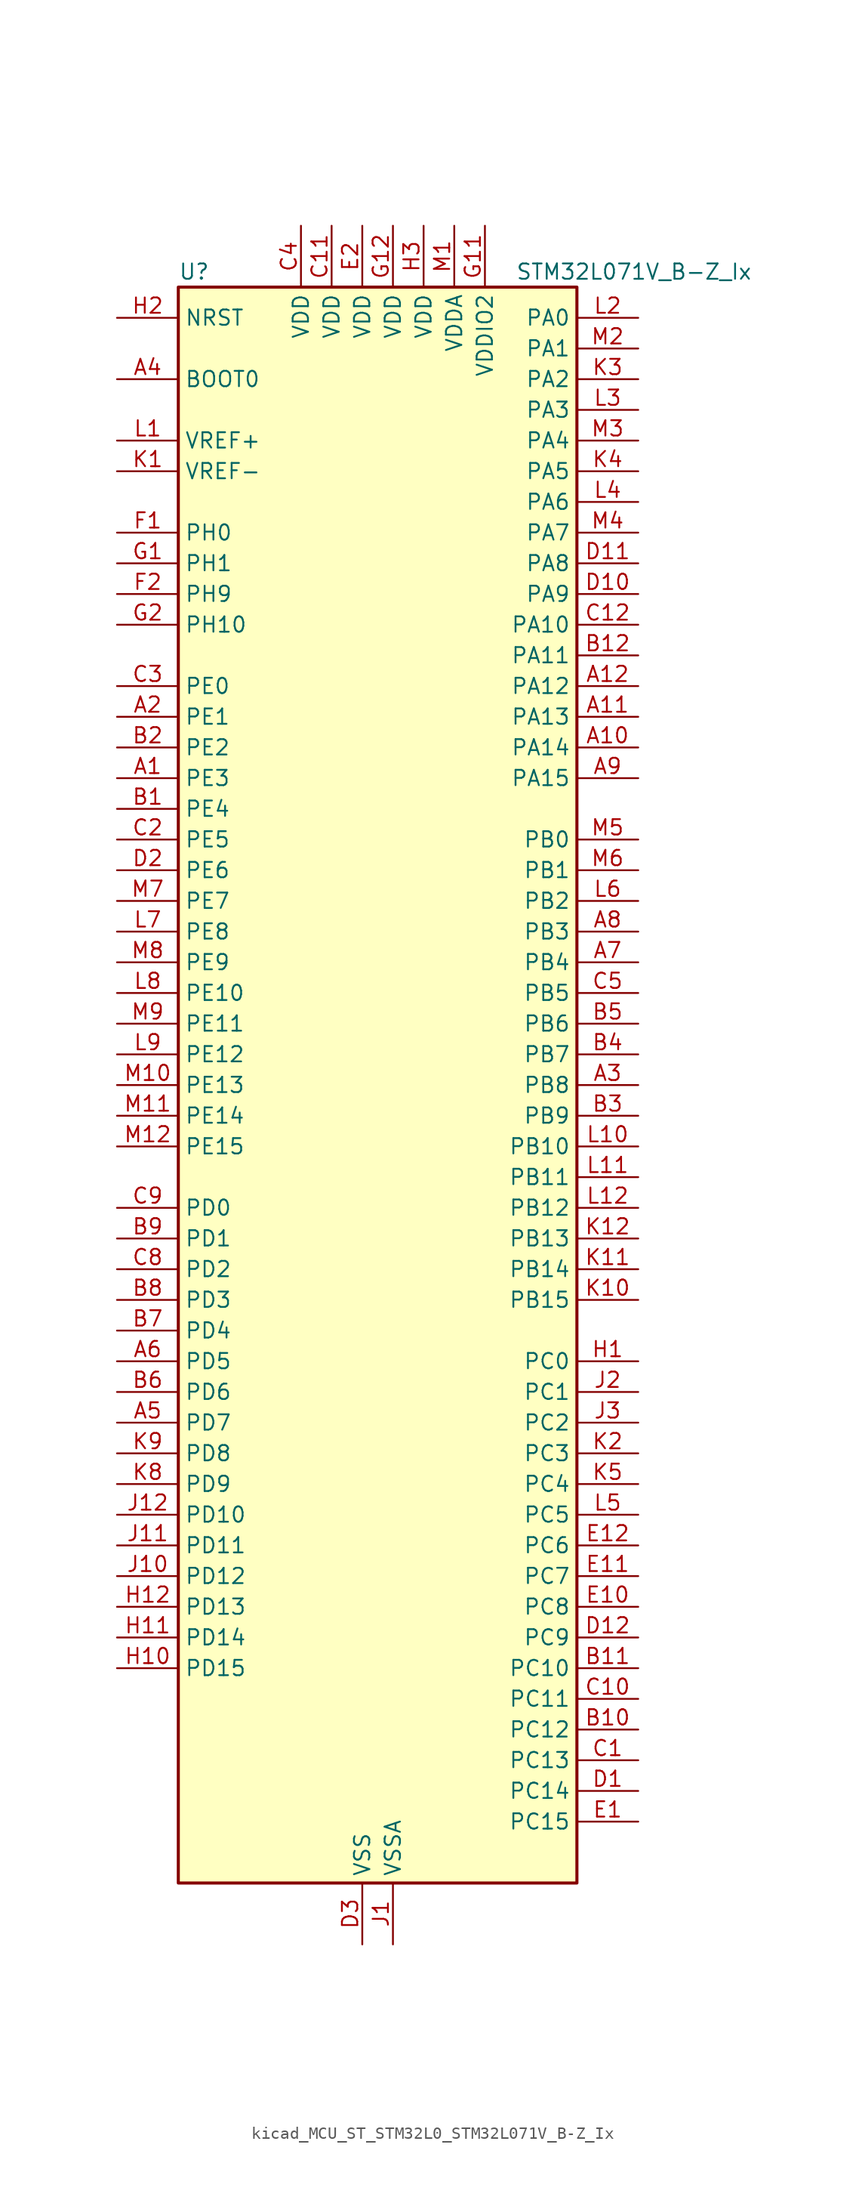
<source format=kicad_sym>
(kicad_symbol_lib
  (version 20220914)
  (generator kicad_symbol_editor)
  (symbol "kicad_MCU_ST_STM32L0_STM32L071V_B-Z_Ix"
    (property "Reference" "U"
      (at -15.24 67.31 0)
      (effects (font (size 1.27 1.27)) (justify left)))
    (property "Value" "STM32L071V_B-Z_Ix"
      (at 12.7 67.31 0)
      (effects (font (size 1.27 1.27)) (justify left)))
    (property "ki_locked" ""
      (at 0 0 0)
      (effects (font (size 1.27 1.27))))
    (symbol "kicad_MCU_ST_STM32L0_STM32L071V_B-Z_Ix_0_1"
      (rectangle (start -15.24 -66.04) (end 17.78 66.04) (stroke (width 0.254) (type default)) (fill (type background))))
    (symbol "kicad_MCU_ST_STM32L0_STM32L071V_B-Z_Ix_1_1"
      (pin bidirectional line (at -20.32 25.4 0) (length 5.08) (name "PE3" (effects (font (size 1.27 1.27)))) (number "A1" (effects (font (size 1.27 1.27)))) (alternate "TIM22_CH1" bidirectional line) (alternate "TIM3_CH1" bidirectional line))
      (pin bidirectional line (at 22.86 27.94 180) (length 5.08) (name "PA14" (effects (font (size 1.27 1.27)))) (number "A10" (effects (font (size 1.27 1.27)))) (alternate "LPUART1_TX" bidirectional line) (alternate "SYS_SWCLK" bidirectional line) (alternate "USART2_TX" bidirectional line))
      (pin bidirectional line (at 22.86 30.48 180) (length 5.08) (name "PA13" (effects (font (size 1.27 1.27)))) (number "A11" (effects (font (size 1.27 1.27)))) (alternate "LPUART1_RX" bidirectional line) (alternate "SYS_SWDIO" bidirectional line))
      (pin bidirectional line (at 22.86 33.02 180) (length 5.08) (name "PA12" (effects (font (size 1.27 1.27)))) (number "A12" (effects (font (size 1.27 1.27)))) (alternate "COMP2_OUT" bidirectional line) (alternate "SPI1_MOSI" bidirectional line) (alternate "USART1_DE" bidirectional line) (alternate "USART1_RTS" bidirectional line))
      (pin bidirectional line (at -20.32 30.48 0) (length 5.08) (name "PE1" (effects (font (size 1.27 1.27)))) (number "A2" (effects (font (size 1.27 1.27)))))
      (pin bidirectional line (at 22.86 0 180) (length 5.08) (name "PB8" (effects (font (size 1.27 1.27)))) (number "A3" (effects (font (size 1.27 1.27)))) (alternate "I2C1_SCL" bidirectional line))
      (pin input line (at -20.32 58.42 0) (length 5.08) (name "BOOT0" (effects (font (size 1.27 1.27)))) (number "A4" (effects (font (size 1.27 1.27)))))
      (pin bidirectional line (at -20.32 -27.94 0) (length 5.08) (name "PD7" (effects (font (size 1.27 1.27)))) (number "A5" (effects (font (size 1.27 1.27)))) (alternate "TIM21_CH2" bidirectional line) (alternate "USART2_CK" bidirectional line))
      (pin bidirectional line (at -20.32 -22.86 0) (length 5.08) (name "PD5" (effects (font (size 1.27 1.27)))) (number "A6" (effects (font (size 1.27 1.27)))) (alternate "USART2_TX" bidirectional line))
      (pin bidirectional line (at 22.86 10.16 180) (length 5.08) (name "PB4" (effects (font (size 1.27 1.27)))) (number "A7" (effects (font (size 1.27 1.27)))) (alternate "COMP2_INP" bidirectional line) (alternate "I2C3_SDA" bidirectional line) (alternate "SPI1_MISO" bidirectional line) (alternate "TIM22_CH1" bidirectional line) (alternate "TIM3_CH1" bidirectional line) (alternate "USART1_CTS" bidirectional line) (alternate "USART5_RX" bidirectional line))
      (pin bidirectional line (at 22.86 12.7 180) (length 5.08) (name "PB3" (effects (font (size 1.27 1.27)))) (number "A8" (effects (font (size 1.27 1.27)))) (alternate "COMP2_INM" bidirectional line) (alternate "SPI1_SCK" bidirectional line) (alternate "TIM2_CH2" bidirectional line) (alternate "USART1_DE" bidirectional line) (alternate "USART1_RTS" bidirectional line) (alternate "USART5_TX" bidirectional line))
      (pin bidirectional line (at 22.86 25.4 180) (length 5.08) (name "PA15" (effects (font (size 1.27 1.27)))) (number "A9" (effects (font (size 1.27 1.27)))) (alternate "SPI1_NSS" bidirectional line) (alternate "TIM2_CH1" bidirectional line) (alternate "TIM2_ETR" bidirectional line) (alternate "USART2_RX" bidirectional line) (alternate "USART4_DE" bidirectional line) (alternate "USART4_RTS" bidirectional line))
      (pin bidirectional line (at -20.32 22.86 0) (length 5.08) (name "PE4" (effects (font (size 1.27 1.27)))) (number "B1" (effects (font (size 1.27 1.27)))) (alternate "TIM22_CH2" bidirectional line) (alternate "TIM3_CH2" bidirectional line))
      (pin bidirectional line (at 22.86 -53.34 180) (length 5.08) (name "PC12" (effects (font (size 1.27 1.27)))) (number "B10" (effects (font (size 1.27 1.27)))) (alternate "USART4_CK" bidirectional line) (alternate "USART5_TX" bidirectional line))
      (pin bidirectional line (at 22.86 -48.26 180) (length 5.08) (name "PC10" (effects (font (size 1.27 1.27)))) (number "B11" (effects (font (size 1.27 1.27)))) (alternate "LPUART1_TX" bidirectional line) (alternate "USART4_TX" bidirectional line))
      (pin bidirectional line (at 22.86 35.56 180) (length 5.08) (name "PA11" (effects (font (size 1.27 1.27)))) (number "B12" (effects (font (size 1.27 1.27)))) (alternate "ADC_EXTI11" bidirectional line) (alternate "COMP1_OUT" bidirectional line) (alternate "SPI1_MISO" bidirectional line) (alternate "USART1_CTS" bidirectional line))
      (pin bidirectional line (at -20.32 27.94 0) (length 5.08) (name "PE2" (effects (font (size 1.27 1.27)))) (number "B2" (effects (font (size 1.27 1.27)))) (alternate "TIM3_ETR" bidirectional line))
      (pin bidirectional line (at 22.86 -2.54 180) (length 5.08) (name "PB9" (effects (font (size 1.27 1.27)))) (number "B3" (effects (font (size 1.27 1.27)))) (alternate "I2C1_SDA" bidirectional line) (alternate "I2S2_WS" bidirectional line) (alternate "SPI2_NSS" bidirectional line))
      (pin bidirectional line (at 22.86 2.54 180) (length 5.08) (name "PB7" (effects (font (size 1.27 1.27)))) (number "B4" (effects (font (size 1.27 1.27)))) (alternate "COMP2_INP" bidirectional line) (alternate "I2C1_SDA" bidirectional line) (alternate "LPTIM1_IN2" bidirectional line) (alternate "SYS_PVD_IN" bidirectional line) (alternate "USART1_RX" bidirectional line) (alternate "USART4_CTS" bidirectional line))
      (pin bidirectional line (at 22.86 5.08 180) (length 5.08) (name "PB6" (effects (font (size 1.27 1.27)))) (number "B5" (effects (font (size 1.27 1.27)))) (alternate "COMP2_INP" bidirectional line) (alternate "I2C1_SCL" bidirectional line) (alternate "LPTIM1_ETR" bidirectional line) (alternate "USART1_TX" bidirectional line))
      (pin bidirectional line (at -20.32 -25.4 0) (length 5.08) (name "PD6" (effects (font (size 1.27 1.27)))) (number "B6" (effects (font (size 1.27 1.27)))) (alternate "USART2_RX" bidirectional line))
      (pin bidirectional line (at -20.32 -20.32 0) (length 5.08) (name "PD4" (effects (font (size 1.27 1.27)))) (number "B7" (effects (font (size 1.27 1.27)))) (alternate "I2S2_SD" bidirectional line) (alternate "SPI2_MOSI" bidirectional line) (alternate "USART2_DE" bidirectional line) (alternate "USART2_RTS" bidirectional line))
      (pin bidirectional line (at -20.32 -17.78 0) (length 5.08) (name "PD3" (effects (font (size 1.27 1.27)))) (number "B8" (effects (font (size 1.27 1.27)))) (alternate "I2S2_MCK" bidirectional line) (alternate "SPI2_MISO" bidirectional line) (alternate "USART2_CTS" bidirectional line))
      (pin bidirectional line (at -20.32 -12.7 0) (length 5.08) (name "PD1" (effects (font (size 1.27 1.27)))) (number "B9" (effects (font (size 1.27 1.27)))) (alternate "I2S2_CK" bidirectional line) (alternate "SPI2_SCK" bidirectional line))
      (pin bidirectional line (at 22.86 -55.88 180) (length 5.08) (name "PC13" (effects (font (size 1.27 1.27)))) (number "C1" (effects (font (size 1.27 1.27)))) (alternate "RTC_OUT_ALARM" bidirectional line) (alternate "RTC_OUT_CALIB" bidirectional line) (alternate "RTC_TAMP1" bidirectional line) (alternate "RTC_TS" bidirectional line) (alternate "SYS_WKUP2" bidirectional line))
      (pin bidirectional line (at 22.86 -50.8 180) (length 5.08) (name "PC11" (effects (font (size 1.27 1.27)))) (number "C10" (effects (font (size 1.27 1.27)))) (alternate "ADC_EXTI11" bidirectional line) (alternate "LPUART1_RX" bidirectional line) (alternate "USART4_RX" bidirectional line))
      (pin power_in line (at -2.54 71.12 270) (length 5.08) (name "VDD" (effects (font (size 1.27 1.27)))) (number "C11" (effects (font (size 1.27 1.27)))))
      (pin bidirectional line (at 22.86 38.1 180) (length 5.08) (name "PA10" (effects (font (size 1.27 1.27)))) (number "C12" (effects (font (size 1.27 1.27)))) (alternate "I2C1_SDA" bidirectional line) (alternate "USART1_RX" bidirectional line))
      (pin bidirectional line (at -20.32 20.32 0) (length 5.08) (name "PE5" (effects (font (size 1.27 1.27)))) (number "C2" (effects (font (size 1.27 1.27)))) (alternate "TIM21_CH1" bidirectional line) (alternate "TIM3_CH3" bidirectional line))
      (pin bidirectional line (at -20.32 33.02 0) (length 5.08) (name "PE0" (effects (font (size 1.27 1.27)))) (number "C3" (effects (font (size 1.27 1.27)))))
      (pin power_in line (at -5.08 71.12 270) (length 5.08) (name "VDD" (effects (font (size 1.27 1.27)))) (number "C4" (effects (font (size 1.27 1.27)))))
      (pin bidirectional line (at 22.86 7.62 180) (length 5.08) (name "PB5" (effects (font (size 1.27 1.27)))) (number "C5" (effects (font (size 1.27 1.27)))) (alternate "COMP2_INP" bidirectional line) (alternate "I2C1_SMBA" bidirectional line) (alternate "LPTIM1_IN1" bidirectional line) (alternate "SPI1_MOSI" bidirectional line) (alternate "TIM22_CH2" bidirectional line) (alternate "TIM3_CH2" bidirectional line) (alternate "USART1_CK" bidirectional line) (alternate "USART5_CK" bidirectional line) (alternate "USART5_DE" bidirectional line) (alternate "USART5_RTS" bidirectional line))
      (pin bidirectional line (at -20.32 -15.24 0) (length 5.08) (name "PD2" (effects (font (size 1.27 1.27)))) (number "C8" (effects (font (size 1.27 1.27)))) (alternate "LPUART1_DE" bidirectional line) (alternate "LPUART1_RTS" bidirectional line) (alternate "TIM3_ETR" bidirectional line) (alternate "USART5_RX" bidirectional line))
      (pin bidirectional line (at -20.32 -10.16 0) (length 5.08) (name "PD0" (effects (font (size 1.27 1.27)))) (number "C9" (effects (font (size 1.27 1.27)))) (alternate "I2S2_WS" bidirectional line) (alternate "SPI2_NSS" bidirectional line) (alternate "TIM21_CH1" bidirectional line))
      (pin bidirectional line (at 22.86 -58.42 180) (length 5.08) (name "PC14" (effects (font (size 1.27 1.27)))) (number "D1" (effects (font (size 1.27 1.27)))) (alternate "RCC_OSC32_IN" bidirectional line))
      (pin bidirectional line (at 22.86 40.64 180) (length 5.08) (name "PA9" (effects (font (size 1.27 1.27)))) (number "D10" (effects (font (size 1.27 1.27)))) (alternate "I2C1_SCL" bidirectional line) (alternate "I2C3_SMBA" bidirectional line) (alternate "RCC_MCO" bidirectional line) (alternate "USART1_TX" bidirectional line))
      (pin bidirectional line (at 22.86 43.18 180) (length 5.08) (name "PA8" (effects (font (size 1.27 1.27)))) (number "D11" (effects (font (size 1.27 1.27)))) (alternate "I2C3_SCL" bidirectional line) (alternate "RCC_MCO" bidirectional line) (alternate "USART1_CK" bidirectional line))
      (pin bidirectional line (at 22.86 -45.72 180) (length 5.08) (name "PC9" (effects (font (size 1.27 1.27)))) (number "D12" (effects (font (size 1.27 1.27)))) (alternate "I2C3_SDA" bidirectional line) (alternate "TIM21_ETR" bidirectional line) (alternate "TIM3_CH4" bidirectional line))
      (pin bidirectional line (at -20.32 17.78 0) (length 5.08) (name "PE6" (effects (font (size 1.27 1.27)))) (number "D2" (effects (font (size 1.27 1.27)))) (alternate "RTC_TAMP3" bidirectional line) (alternate "SYS_WKUP3" bidirectional line) (alternate "TIM21_CH2" bidirectional line) (alternate "TIM3_CH4" bidirectional line))
      (pin power_in line (at 0 -71.12 90) (length 5.08) (name "VSS" (effects (font (size 1.27 1.27)))) (number "D3" (effects (font (size 1.27 1.27)))))
      (pin bidirectional line (at 22.86 -60.96 180) (length 5.08) (name "PC15" (effects (font (size 1.27 1.27)))) (number "E1" (effects (font (size 1.27 1.27)))) (alternate "RCC_OSC32_OUT" bidirectional line))
      (pin bidirectional line (at 22.86 -43.18 180) (length 5.08) (name "PC8" (effects (font (size 1.27 1.27)))) (number "E10" (effects (font (size 1.27 1.27)))) (alternate "TIM22_ETR" bidirectional line) (alternate "TIM3_CH3" bidirectional line))
      (pin bidirectional line (at 22.86 -40.64 180) (length 5.08) (name "PC7" (effects (font (size 1.27 1.27)))) (number "E11" (effects (font (size 1.27 1.27)))) (alternate "TIM22_CH2" bidirectional line) (alternate "TIM3_CH2" bidirectional line))
      (pin bidirectional line (at 22.86 -38.1 180) (length 5.08) (name "PC6" (effects (font (size 1.27 1.27)))) (number "E12" (effects (font (size 1.27 1.27)))) (alternate "TIM22_CH1" bidirectional line) (alternate "TIM3_CH1" bidirectional line))
      (pin power_in line (at 0 71.12 270) (length 5.08) (name "VDD" (effects (font (size 1.27 1.27)))) (number "E2" (effects (font (size 1.27 1.27)))))
      (pin passive line (at 0 -71.12 90) (length 5.08) hide (name "VSS" (effects (font (size 1.27 1.27)))) (number "E3" (effects (font (size 1.27 1.27)))))
      (pin bidirectional line (at -20.32 45.72 0) (length 5.08) (name "PH0" (effects (font (size 1.27 1.27)))) (number "F1" (effects (font (size 1.27 1.27)))) (alternate "RCC_OSC_IN" bidirectional line))
      (pin passive line (at 0 -71.12 90) (length 5.08) hide (name "VSS" (effects (font (size 1.27 1.27)))) (number "F11" (effects (font (size 1.27 1.27)))))
      (pin passive line (at 0 -71.12 90) (length 5.08) hide (name "VSS" (effects (font (size 1.27 1.27)))) (number "F12" (effects (font (size 1.27 1.27)))))
      (pin bidirectional line (at -20.32 40.64 0) (length 5.08) (name "PH9" (effects (font (size 1.27 1.27)))) (number "F2" (effects (font (size 1.27 1.27)))))
      (pin bidirectional line (at -20.32 43.18 0) (length 5.08) (name "PH1" (effects (font (size 1.27 1.27)))) (number "G1" (effects (font (size 1.27 1.27)))) (alternate "RCC_OSC_OUT" bidirectional line))
      (pin power_in line (at 10.16 71.12 270) (length 5.08) (name "VDDIO2" (effects (font (size 1.27 1.27)))) (number "G11" (effects (font (size 1.27 1.27)))))
      (pin power_in line (at 2.54 71.12 270) (length 5.08) (name "VDD" (effects (font (size 1.27 1.27)))) (number "G12" (effects (font (size 1.27 1.27)))))
      (pin bidirectional line (at -20.32 38.1 0) (length 5.08) (name "PH10" (effects (font (size 1.27 1.27)))) (number "G2" (effects (font (size 1.27 1.27)))))
      (pin bidirectional line (at 22.86 -22.86 180) (length 5.08) (name "PC0" (effects (font (size 1.27 1.27)))) (number "H1" (effects (font (size 1.27 1.27)))) (alternate "ADC_IN10" bidirectional line) (alternate "I2C3_SCL" bidirectional line) (alternate "LPTIM1_IN1" bidirectional line) (alternate "LPUART1_RX" bidirectional line))
      (pin bidirectional line (at -20.32 -48.26 0) (length 5.08) (name "PD15" (effects (font (size 1.27 1.27)))) (number "H10" (effects (font (size 1.27 1.27)))))
      (pin bidirectional line (at -20.32 -45.72 0) (length 5.08) (name "PD14" (effects (font (size 1.27 1.27)))) (number "H11" (effects (font (size 1.27 1.27)))))
      (pin bidirectional line (at -20.32 -43.18 0) (length 5.08) (name "PD13" (effects (font (size 1.27 1.27)))) (number "H12" (effects (font (size 1.27 1.27)))))
      (pin input line (at -20.32 63.5 0) (length 5.08) (name "NRST" (effects (font (size 1.27 1.27)))) (number "H2" (effects (font (size 1.27 1.27)))))
      (pin power_in line (at 5.08 71.12 270) (length 5.08) (name "VDD" (effects (font (size 1.27 1.27)))) (number "H3" (effects (font (size 1.27 1.27)))))
      (pin power_in line (at 2.54 -71.12 90) (length 5.08) (name "VSSA" (effects (font (size 1.27 1.27)))) (number "J1" (effects (font (size 1.27 1.27)))))
      (pin bidirectional line (at -20.32 -40.64 0) (length 5.08) (name "PD12" (effects (font (size 1.27 1.27)))) (number "J10" (effects (font (size 1.27 1.27)))) (alternate "LPUART1_DE" bidirectional line) (alternate "LPUART1_RTS" bidirectional line))
      (pin bidirectional line (at -20.32 -38.1 0) (length 5.08) (name "PD11" (effects (font (size 1.27 1.27)))) (number "J11" (effects (font (size 1.27 1.27)))) (alternate "ADC_EXTI11" bidirectional line) (alternate "LPUART1_CTS" bidirectional line))
      (pin bidirectional line (at -20.32 -35.56 0) (length 5.08) (name "PD10" (effects (font (size 1.27 1.27)))) (number "J12" (effects (font (size 1.27 1.27)))))
      (pin bidirectional line (at 22.86 -25.4 180) (length 5.08) (name "PC1" (effects (font (size 1.27 1.27)))) (number "J2" (effects (font (size 1.27 1.27)))) (alternate "ADC_IN11" bidirectional line) (alternate "I2C3_SDA" bidirectional line) (alternate "LPTIM1_OUT" bidirectional line) (alternate "LPUART1_TX" bidirectional line))
      (pin bidirectional line (at 22.86 -27.94 180) (length 5.08) (name "PC2" (effects (font (size 1.27 1.27)))) (number "J3" (effects (font (size 1.27 1.27)))) (alternate "ADC_IN12" bidirectional line) (alternate "I2S2_MCK" bidirectional line) (alternate "LPTIM1_IN2" bidirectional line) (alternate "SPI2_MISO" bidirectional line))
      (pin input line (at -20.32 50.8 0) (length 5.08) (name "VREF-" (effects (font (size 1.27 1.27)))) (number "K1" (effects (font (size 1.27 1.27)))))
      (pin bidirectional line (at 22.86 -17.78 180) (length 5.08) (name "PB15" (effects (font (size 1.27 1.27)))) (number "K10" (effects (font (size 1.27 1.27)))) (alternate "I2S2_SD" bidirectional line) (alternate "RTC_REFIN" bidirectional line) (alternate "SPI2_MOSI" bidirectional line))
      (pin bidirectional line (at 22.86 -15.24 180) (length 5.08) (name "PB14" (effects (font (size 1.27 1.27)))) (number "K11" (effects (font (size 1.27 1.27)))) (alternate "I2C2_SDA" bidirectional line) (alternate "I2S2_MCK" bidirectional line) (alternate "LPUART1_DE" bidirectional line) (alternate "LPUART1_RTS" bidirectional line) (alternate "RTC_OUT_ALARM" bidirectional line) (alternate "RTC_OUT_CALIB" bidirectional line) (alternate "SPI2_MISO" bidirectional line) (alternate "TIM21_CH2" bidirectional line))
      (pin bidirectional line (at 22.86 -12.7 180) (length 5.08) (name "PB13" (effects (font (size 1.27 1.27)))) (number "K12" (effects (font (size 1.27 1.27)))) (alternate "I2C2_SCL" bidirectional line) (alternate "I2S2_CK" bidirectional line) (alternate "LPUART1_CTS" bidirectional line) (alternate "RCC_MCO" bidirectional line) (alternate "SPI2_SCK" bidirectional line) (alternate "TIM21_CH1" bidirectional line))
      (pin bidirectional line (at 22.86 -30.48 180) (length 5.08) (name "PC3" (effects (font (size 1.27 1.27)))) (number "K2" (effects (font (size 1.27 1.27)))) (alternate "ADC_IN13" bidirectional line) (alternate "I2S2_SD" bidirectional line) (alternate "LPTIM1_ETR" bidirectional line) (alternate "SPI2_MOSI" bidirectional line))
      (pin bidirectional line (at 22.86 58.42 180) (length 5.08) (name "PA2" (effects (font (size 1.27 1.27)))) (number "K3" (effects (font (size 1.27 1.27)))) (alternate "ADC_IN2" bidirectional line) (alternate "COMP2_INM" bidirectional line) (alternate "COMP2_OUT" bidirectional line) (alternate "LPUART1_TX" bidirectional line) (alternate "TIM21_CH1" bidirectional line) (alternate "TIM2_CH3" bidirectional line) (alternate "USART2_TX" bidirectional line))
      (pin bidirectional line (at 22.86 50.8 180) (length 5.08) (name "PA5" (effects (font (size 1.27 1.27)))) (number "K4" (effects (font (size 1.27 1.27)))) (alternate "ADC_IN5" bidirectional line) (alternate "COMP1_INM" bidirectional line) (alternate "COMP2_INM" bidirectional line) (alternate "SPI1_SCK" bidirectional line) (alternate "TIM2_CH1" bidirectional line) (alternate "TIM2_ETR" bidirectional line))
      (pin bidirectional line (at 22.86 -33.02 180) (length 5.08) (name "PC4" (effects (font (size 1.27 1.27)))) (number "K5" (effects (font (size 1.27 1.27)))) (alternate "ADC_IN14" bidirectional line) (alternate "LPUART1_TX" bidirectional line))
      (pin bidirectional line (at -20.32 -33.02 0) (length 5.08) (name "PD9" (effects (font (size 1.27 1.27)))) (number "K8" (effects (font (size 1.27 1.27)))) (alternate "LPUART1_RX" bidirectional line))
      (pin bidirectional line (at -20.32 -30.48 0) (length 5.08) (name "PD8" (effects (font (size 1.27 1.27)))) (number "K9" (effects (font (size 1.27 1.27)))) (alternate "LPUART1_TX" bidirectional line))
      (pin input line (at -20.32 53.34 0) (length 5.08) (name "VREF+" (effects (font (size 1.27 1.27)))) (number "L1" (effects (font (size 1.27 1.27)))))
      (pin bidirectional line (at 22.86 -5.08 180) (length 5.08) (name "PB10" (effects (font (size 1.27 1.27)))) (number "L10" (effects (font (size 1.27 1.27)))) (alternate "I2C2_SCL" bidirectional line) (alternate "LPUART1_RX" bidirectional line) (alternate "LPUART1_TX" bidirectional line) (alternate "SPI2_SCK" bidirectional line) (alternate "TIM2_CH3" bidirectional line))
      (pin bidirectional line (at 22.86 -7.62 180) (length 5.08) (name "PB11" (effects (font (size 1.27 1.27)))) (number "L11" (effects (font (size 1.27 1.27)))) (alternate "ADC_EXTI11" bidirectional line) (alternate "I2C2_SDA" bidirectional line) (alternate "LPUART1_RX" bidirectional line) (alternate "LPUART1_TX" bidirectional line) (alternate "TIM2_CH4" bidirectional line))
      (pin bidirectional line (at 22.86 -10.16 180) (length 5.08) (name "PB12" (effects (font (size 1.27 1.27)))) (number "L12" (effects (font (size 1.27 1.27)))) (alternate "I2S2_WS" bidirectional line) (alternate "LPUART1_DE" bidirectional line) (alternate "LPUART1_RTS" bidirectional line) (alternate "SPI2_NSS" bidirectional line))
      (pin bidirectional line (at 22.86 63.5 180) (length 5.08) (name "PA0" (effects (font (size 1.27 1.27)))) (number "L2" (effects (font (size 1.27 1.27)))) (alternate "ADC_IN0" bidirectional line) (alternate "COMP1_INM" bidirectional line) (alternate "COMP1_OUT" bidirectional line) (alternate "RTC_TAMP2" bidirectional line) (alternate "SYS_WKUP1" bidirectional line) (alternate "TIM2_CH1" bidirectional line) (alternate "TIM2_ETR" bidirectional line) (alternate "USART2_CTS" bidirectional line) (alternate "USART4_TX" bidirectional line))
      (pin bidirectional line (at 22.86 55.88 180) (length 5.08) (name "PA3" (effects (font (size 1.27 1.27)))) (number "L3" (effects (font (size 1.27 1.27)))) (alternate "ADC_IN3" bidirectional line) (alternate "COMP2_INP" bidirectional line) (alternate "LPUART1_RX" bidirectional line) (alternate "TIM21_CH2" bidirectional line) (alternate "TIM2_CH4" bidirectional line) (alternate "USART2_RX" bidirectional line))
      (pin bidirectional line (at 22.86 48.26 180) (length 5.08) (name "PA6" (effects (font (size 1.27 1.27)))) (number "L4" (effects (font (size 1.27 1.27)))) (alternate "ADC_IN6" bidirectional line) (alternate "COMP1_OUT" bidirectional line) (alternate "LPUART1_CTS" bidirectional line) (alternate "SPI1_MISO" bidirectional line) (alternate "TIM22_CH1" bidirectional line) (alternate "TIM3_CH1" bidirectional line))
      (pin bidirectional line (at 22.86 -35.56 180) (length 5.08) (name "PC5" (effects (font (size 1.27 1.27)))) (number "L5" (effects (font (size 1.27 1.27)))) (alternate "ADC_IN15" bidirectional line) (alternate "LPUART1_RX" bidirectional line))
      (pin bidirectional line (at 22.86 15.24 180) (length 5.08) (name "PB2" (effects (font (size 1.27 1.27)))) (number "L6" (effects (font (size 1.27 1.27)))) (alternate "I2C3_SMBA" bidirectional line) (alternate "LPTIM1_OUT" bidirectional line))
      (pin bidirectional line (at -20.32 12.7 0) (length 5.08) (name "PE8" (effects (font (size 1.27 1.27)))) (number "L7" (effects (font (size 1.27 1.27)))) (alternate "USART4_TX" bidirectional line))
      (pin bidirectional line (at -20.32 7.62 0) (length 5.08) (name "PE10" (effects (font (size 1.27 1.27)))) (number "L8" (effects (font (size 1.27 1.27)))) (alternate "TIM2_CH2" bidirectional line) (alternate "USART5_TX" bidirectional line))
      (pin bidirectional line (at -20.32 2.54 0) (length 5.08) (name "PE12" (effects (font (size 1.27 1.27)))) (number "L9" (effects (font (size 1.27 1.27)))) (alternate "SPI1_NSS" bidirectional line) (alternate "TIM2_CH4" bidirectional line))
      (pin power_in line (at 7.62 71.12 270) (length 5.08) (name "VDDA" (effects (font (size 1.27 1.27)))) (number "M1" (effects (font (size 1.27 1.27)))))
      (pin bidirectional line (at -20.32 0 0) (length 5.08) (name "PE13" (effects (font (size 1.27 1.27)))) (number "M10" (effects (font (size 1.27 1.27)))) (alternate "SPI1_SCK" bidirectional line))
      (pin bidirectional line (at -20.32 -2.54 0) (length 5.08) (name "PE14" (effects (font (size 1.27 1.27)))) (number "M11" (effects (font (size 1.27 1.27)))) (alternate "SPI1_MISO" bidirectional line))
      (pin bidirectional line (at -20.32 -5.08 0) (length 5.08) (name "PE15" (effects (font (size 1.27 1.27)))) (number "M12" (effects (font (size 1.27 1.27)))) (alternate "SPI1_MOSI" bidirectional line))
      (pin bidirectional line (at 22.86 60.96 180) (length 5.08) (name "PA1" (effects (font (size 1.27 1.27)))) (number "M2" (effects (font (size 1.27 1.27)))) (alternate "ADC_IN1" bidirectional line) (alternate "COMP1_INP" bidirectional line) (alternate "TIM21_ETR" bidirectional line) (alternate "TIM2_CH2" bidirectional line) (alternate "USART2_DE" bidirectional line) (alternate "USART2_RTS" bidirectional line) (alternate "USART4_RX" bidirectional line))
      (pin bidirectional line (at 22.86 53.34 180) (length 5.08) (name "PA4" (effects (font (size 1.27 1.27)))) (number "M3" (effects (font (size 1.27 1.27)))) (alternate "ADC_IN4" bidirectional line) (alternate "COMP1_INM" bidirectional line) (alternate "COMP2_INM" bidirectional line) (alternate "SPI1_NSS" bidirectional line) (alternate "TIM22_ETR" bidirectional line) (alternate "USART2_CK" bidirectional line))
      (pin bidirectional line (at 22.86 45.72 180) (length 5.08) (name "PA7" (effects (font (size 1.27 1.27)))) (number "M4" (effects (font (size 1.27 1.27)))) (alternate "ADC_IN7" bidirectional line) (alternate "COMP2_OUT" bidirectional line) (alternate "SPI1_MOSI" bidirectional line) (alternate "TIM22_CH2" bidirectional line) (alternate "TIM3_CH2" bidirectional line))
      (pin bidirectional line (at 22.86 20.32 180) (length 5.08) (name "PB0" (effects (font (size 1.27 1.27)))) (number "M5" (effects (font (size 1.27 1.27)))) (alternate "ADC_IN8" bidirectional line) (alternate "SYS_VREF_OUT_PB0" bidirectional line) (alternate "TIM3_CH3" bidirectional line))
      (pin bidirectional line (at 22.86 17.78 180) (length 5.08) (name "PB1" (effects (font (size 1.27 1.27)))) (number "M6" (effects (font (size 1.27 1.27)))) (alternate "ADC_IN9" bidirectional line) (alternate "LPUART1_DE" bidirectional line) (alternate "LPUART1_RTS" bidirectional line) (alternate "SYS_VREF_OUT_PB1" bidirectional line) (alternate "TIM3_CH4" bidirectional line))
      (pin bidirectional line (at -20.32 15.24 0) (length 5.08) (name "PE7" (effects (font (size 1.27 1.27)))) (number "M7" (effects (font (size 1.27 1.27)))) (alternate "USART5_CK" bidirectional line) (alternate "USART5_DE" bidirectional line) (alternate "USART5_RTS" bidirectional line))
      (pin bidirectional line (at -20.32 10.16 0) (length 5.08) (name "PE9" (effects (font (size 1.27 1.27)))) (number "M8" (effects (font (size 1.27 1.27)))) (alternate "TIM2_CH1" bidirectional line) (alternate "TIM2_ETR" bidirectional line) (alternate "USART4_RX" bidirectional line))
      (pin bidirectional line (at -20.32 5.08 0) (length 5.08) (name "PE11" (effects (font (size 1.27 1.27)))) (number "M9" (effects (font (size 1.27 1.27)))) (alternate "ADC_EXTI11" bidirectional line) (alternate "TIM2_CH3" bidirectional line) (alternate "USART5_RX" bidirectional line)))))
</source>
